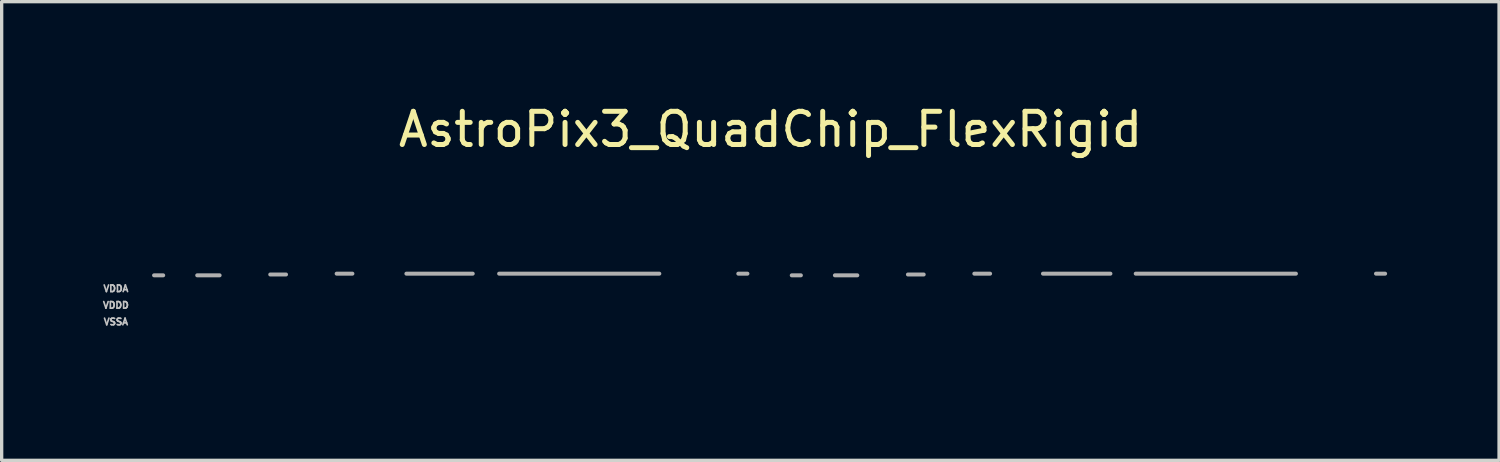
<source format=kicad_pcb>
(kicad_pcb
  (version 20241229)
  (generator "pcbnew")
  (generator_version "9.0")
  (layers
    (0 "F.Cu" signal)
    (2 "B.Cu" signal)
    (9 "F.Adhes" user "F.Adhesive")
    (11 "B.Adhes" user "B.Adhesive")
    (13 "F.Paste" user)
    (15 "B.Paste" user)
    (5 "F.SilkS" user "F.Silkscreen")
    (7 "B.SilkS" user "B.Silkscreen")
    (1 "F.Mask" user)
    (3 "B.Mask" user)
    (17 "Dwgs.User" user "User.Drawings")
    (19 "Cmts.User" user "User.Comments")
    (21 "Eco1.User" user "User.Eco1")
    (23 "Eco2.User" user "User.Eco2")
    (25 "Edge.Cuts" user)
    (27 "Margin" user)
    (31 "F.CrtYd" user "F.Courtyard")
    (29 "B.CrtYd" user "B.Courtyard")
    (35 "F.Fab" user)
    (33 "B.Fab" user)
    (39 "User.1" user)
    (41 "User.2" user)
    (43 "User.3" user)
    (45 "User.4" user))
  (footprint "AstroPix3_QuadChip_FlexRigid"
    (layer "F.Cu")
    (at 20.162 1.348)
    (property "Reference" "AstroPix3_QuadChip_FlexRigid" (at 0 -0.5 0) (unlocked yes) (layer "F.SilkS") (effects (font (size 1 1) (thickness 0.15))))
    (attr smd)
    (fp_rect (start -18.725 5.925) (end -18.2 6.375) (stroke (width 0.01) (type solid)) (fill yes) (layer "B.Mask"))
    (fp_rect (start -17.789 5.893) (end -16.764 6.426) (stroke (width 0.01) (type solid)) (fill yes) (layer "B.Mask"))
    (fp_rect (start -16.189 5.715) (end -14.91 6.248) (stroke (width 0.01) (type solid)) (fill yes) (layer "B.Mask"))
    (fp_rect (start -16.05 4.7) (end -15.475 4.9) (stroke (width 0.05) (type solid)) (fill yes) (layer "B.Mask"))
    (fp_rect (start -15.25 4.2) (end -14.675 4.4) (stroke (width 0.05) (type solid)) (fill yes) (layer "B.Mask"))
    (fp_rect (start -15.125 5.2) (end -14.525 5.4) (stroke (width 0.05) (type solid)) (fill yes) (layer "B.Mask"))
    (fp_rect (start -14.411 5.715) (end -13.767 6.274) (stroke (width 0.01) (type solid)) (fill yes) (layer "B.Mask"))
    (fp_rect (start -14.1 4.2) (end -13.4 4.4) (stroke (width 0.05) (type solid)) (fill yes) (layer "B.Mask"))
    (fp_rect (start -13.7 5.2) (end -13.125 5.4) (stroke (width 0.05) (type solid)) (fill yes) (layer "B.Mask"))
    (fp_rect (start -13.075 4.2) (end -12.675 4.4) (stroke (width 0.05) (type solid)) (fill yes) (layer "B.Mask"))
    (fp_rect (start -13.039 5.715) (end -12.065 6.248) (stroke (width 0.01) (type solid)) (fill yes) (layer "B.Mask"))
    (fp_rect (start -12.35 4.2) (end -11.825 4.4) (stroke (width 0.05) (type solid)) (fill yes) (layer "B.Mask"))
    (fp_rect (start -11.845 5.74) (end -10.973 6.248) (stroke (width 0.01) (type solid)) (fill yes) (layer "B.Mask"))
    (fp_rect (start -11.5 4.2) (end -10.925 4.4) (stroke (width 0.05) (type solid)) (fill yes) (layer "B.Mask"))
    (fp_rect (start -11.3 5.2) (end -10.725 5.4) (stroke (width 0.05) (type solid)) (fill yes) (layer "B.Mask"))
    (fp_rect (start -10.753 5.766) (end -7.595 6.299) (stroke (width 0.01) (type solid)) (fill yes) (layer "B.Mask"))
    (fp_rect (start -10.725 4.7) (end -10.15 4.9) (stroke (width 0.05) (type solid)) (fill yes) (layer "B.Mask"))
    (fp_rect (start -8.35 4.7) (end -7.775 4.9) (stroke (width 0.05) (type solid)) (fill yes) (layer "B.Mask"))
    (fp_rect (start -7.417 5.74) (end -7.002 6.401) (stroke (width 0.01) (type solid)) (fill yes) (layer "B.Mask"))
    (fp_rect (start -6.85 5.2) (end -6.275 5.4) (stroke (width 0.05) (type solid)) (fill yes) (layer "B.Mask"))
    (fp_rect (start -6.638 5.766) (end -6.02 6.299) (stroke (width 0.01) (type solid)) (fill yes) (layer "B.Mask"))
    (fp_rect (start -6.45 4.2) (end -5.875 4.4) (stroke (width 0.05) (type solid)) (fill yes) (layer "B.Mask"))
    (fp_rect (start -4.85 5.2) (end -4.275 5.4) (stroke (width 0.05) (type solid)) (fill yes) (layer "B.Mask"))
    (fp_rect (start -4.648 5.766) (end -4.013 6.325) (stroke (width 0.01) (type solid)) (fill yes) (layer "B.Mask"))
    (fp_rect (start -4.475 4.2) (end -3.9 4.4) (stroke (width 0.05) (type solid)) (fill yes) (layer "B.Mask"))
    (fp_rect (start -2.925 5.2) (end -2.35 5.4) (stroke (width 0.05) (type solid)) (fill yes) (layer "B.Mask"))
    (fp_rect (start -2.642 5.766) (end -2.007 6.299) (stroke (width 0.01) (type solid)) (fill yes) (layer "B.Mask"))
    (fp_rect (start -2.475 4.2) (end -1.9 4.4) (stroke (width 0.05) (type solid)) (fill yes) (layer "B.Mask"))
    (fp_rect (start -2.1 5.2) (end -1.525 5.4) (stroke (width 0.05) (type solid)) (fill yes) (layer "B.Mask"))
    (fp_rect (start -1.499 5.817) (end -1.372 6.35) (stroke (width 0.01) (type solid)) (fill yes) (layer "B.Mask"))
    (fp_rect (start -1.05 5.918) (end -0.508 6.375) (stroke (width 0.01) (type solid)) (fill yes) (layer "B.Mask"))
    (fp_rect (start 0.583 5.918) (end 1.125 6.375) (stroke (width 0.01) (type solid)) (fill yes) (layer "B.Mask"))
    (fp_rect (start 1.422 5.893) (end 2.438 6.426) (stroke (width 0.01) (type solid)) (fill yes) (layer "B.Mask"))
    (fp_rect (start 2.997 5.715) (end 3.581 6.248) (stroke (width 0.01) (type solid)) (fill yes) (layer "B.Mask"))
    (fp_rect (start 3.163 4.7) (end 3.737 4.9) (stroke (width 0.05) (type solid)) (fill yes) (layer "B.Mask"))
    (fp_rect (start 3.886 5.715) (end 4.343 6.248) (stroke (width 0.01) (type solid)) (fill yes) (layer "B.Mask"))
    (fp_rect (start 3.962 4.2) (end 4.537 4.4) (stroke (width 0.05) (type solid)) (fill yes) (layer "B.Mask"))
    (fp_rect (start 4.088 5.2) (end 4.688 5.4) (stroke (width 0.05) (type solid)) (fill yes) (layer "B.Mask"))
    (fp_rect (start 4.775 5.715) (end 5.639 6.274) (stroke (width 0.01) (type solid)) (fill yes) (layer "B.Mask"))
    (fp_rect (start 4.987 4.2) (end 5.888 4.4) (stroke (width 0.05) (type solid)) (fill yes) (layer "B.Mask"))
    (fp_rect (start 5.513 5.2) (end 6.088 5.4) (stroke (width 0.05) (type solid)) (fill yes) (layer "B.Mask"))
    (fp_rect (start 6.138 4.2) (end 6.537 4.4) (stroke (width 0.05) (type solid)) (fill yes) (layer "B.Mask"))
    (fp_rect (start 6.172 5.715) (end 7.137 6.248) (stroke (width 0.01) (type solid)) (fill yes) (layer "B.Mask"))
    (fp_rect (start 6.862 4.2) (end 7.388 4.4) (stroke (width 0.05) (type solid)) (fill yes) (layer "B.Mask"))
    (fp_rect (start 7.341 5.715) (end 8.23 6.274) (stroke (width 0.01) (type solid)) (fill yes) (layer "B.Mask"))
    (fp_rect (start 7.713 4.2) (end 8.287 4.4) (stroke (width 0.05) (type solid)) (fill yes) (layer "B.Mask"))
    (fp_rect (start 7.912 5.2) (end 8.488 5.4) (stroke (width 0.05) (type solid)) (fill yes) (layer "B.Mask"))
    (fp_rect (start 8.458 5.766) (end 11.608 6.299) (stroke (width 0.01) (type solid)) (fill yes) (layer "B.Mask"))
    (fp_rect (start 8.488 4.7) (end 9.062 4.9) (stroke (width 0.05) (type solid)) (fill yes) (layer "B.Mask"))
    (fp_rect (start 10.863 4.7) (end 11.438 4.9) (stroke (width 0.05) (type solid)) (fill yes) (layer "B.Mask"))
    (fp_rect (start 11.786 5.69) (end 12.217 6.426) (stroke (width 0.01) (type solid)) (fill yes) (layer "B.Mask"))
    (fp_rect (start 12.363 5.2) (end 12.938 5.4) (stroke (width 0.05) (type solid)) (fill yes) (layer "B.Mask"))
    (fp_rect (start 12.598 5.766) (end 13.183 6.299) (stroke (width 0.01) (type solid)) (fill yes) (layer "B.Mask"))
    (fp_rect (start 12.762 4.2) (end 13.338 4.4) (stroke (width 0.05) (type solid)) (fill yes) (layer "B.Mask"))
    (fp_rect (start 14.363 5.2) (end 14.938 5.4) (stroke (width 0.05) (type solid)) (fill yes) (layer "B.Mask"))
    (fp_rect (start 14.605 5.766) (end 15.189 6.299) (stroke (width 0.01) (type solid)) (fill yes) (layer "B.Mask"))
    (fp_rect (start 14.738 4.2) (end 15.312 4.4) (stroke (width 0.05) (type solid)) (fill yes) (layer "B.Mask"))
    (fp_rect (start 16.288 5.2) (end 16.863 5.4) (stroke (width 0.05) (type solid)) (fill yes) (layer "B.Mask"))
    (fp_rect (start 16.586 5.766) (end 17.196 6.325) (stroke (width 0.01) (type solid)) (fill yes) (layer "B.Mask"))
    (fp_rect (start 16.738 4.2) (end 17.312 4.4) (stroke (width 0.05) (type solid)) (fill yes) (layer "B.Mask"))
    (fp_rect (start 17.113 5.2) (end 17.688 5.4) (stroke (width 0.05) (type solid)) (fill yes) (layer "B.Mask"))
    (fp_rect (start 17.704 5.817) (end 17.856 6.35) (stroke (width 0.01) (type solid)) (fill yes) (layer "B.Mask"))
    (fp_rect (start 18.136 5.842) (end 18.796 6.375) (stroke (width 0.01) (type solid)) (fill yes) (layer "B.Mask"))
    (fp_line (start -18.571 3.896) (end -18.296 3.896) (stroke (width 0.12) (type solid)) (layer "F.Fab"))
    (fp_line (start -17.271 3.896) (end -16.596 3.896) (stroke (width 0.12) (type solid)) (layer "F.Fab"))
    (fp_line (start -15.071 3.871) (end -14.596 3.871) (stroke (width 0.12) (type solid)) (layer "F.Fab"))
    (fp_line (start -13.071 3.846) (end -12.596 3.846) (stroke (width 0.12) (type solid)) (layer "F.Fab"))
    (fp_line (start -10.97 3.846) (end -8.971 3.846) (stroke (width 0.12) (type solid)) (layer "F.Fab"))
    (fp_line (start -8.176 3.846) (end -3.35 3.846) (stroke (width 0.12) (type solid)) (layer "F.Fab"))
    (fp_line (start -0.971 3.846) (end -0.696 3.846) (stroke (width 0.12) (type solid)) (layer "F.Fab"))
    (fp_line (start 0.639 3.896) (end 0.914 3.896) (stroke (width 0.12) (type solid)) (layer "F.Fab"))
    (fp_line (start 1.939 3.896) (end 2.614 3.896) (stroke (width 0.12) (type solid)) (layer "F.Fab"))
    (fp_line (start 4.139 3.871) (end 4.614 3.871) (stroke (width 0.12) (type solid)) (layer "F.Fab"))
    (fp_line (start 6.139 3.846) (end 6.614 3.846) (stroke (width 0.12) (type solid)) (layer "F.Fab"))
    (fp_line (start 8.207 3.846) (end 10.239 3.846) (stroke (width 0.12) (type solid)) (layer "F.Fab"))
    (fp_line (start 11.001 3.846) (end 15.827 3.846) (stroke (width 0.12) (type solid)) (layer "F.Fab"))
    (fp_line (start 18.239 3.846) (end 18.514 3.846) (stroke (width 0.12) (type solid)) (layer "F.Fab"))
    (fp_line (start -18.506 3.422) (end -18.514 6.117) (stroke (width 0.05) (type solid)) (layer "User.7"))
    (fp_line (start -18.406 3.413) (end -18.414 6.107) (stroke (width 0.05) (type solid)) (layer "User.7"))
    (fp_line (start -18.296 3.422) (end -18.304 6.117) (stroke (width 0.05) (type solid)) (layer "User.7"))
    (fp_line (start -18.211 3.422) (end -18.219 6.117) (stroke (width 0.05) (type solid)) (layer "User.7"))
    (fp_line (start -17.711 3.413) (end -17.719 6.107) (stroke (width 0.05) (type solid)) (layer "User.7"))
    (fp_line (start -17.406 3.422) (end -17.414 6.117) (stroke (width 0.05) (type solid)) (layer "User.7"))
    (fp_line (start -17.106 3.417) (end -17.114 6.112) (stroke (width 0.05) (type solid)) (layer "User.7"))
    (fp_line (start -16.811 3.402) (end -16.819 6.098) (stroke (width 0.05) (type solid)) (layer "User.7"))
    (fp_line (start -15.7 3.393) (end -16.111 5.82) (stroke (width 0.05) (type solid)) (layer "User.7"))
    (fp_line (start -15.608 3.336) (end -15.755 4.741) (stroke (width 0.05) (type solid)) (layer "User.7"))
    (fp_line (start -15.41 3.365) (end -15.654 6.023) (stroke (width 0.05) (type solid)) (layer "User.7"))
    (fp_line (start -15.211 3.353) (end -15.197 6.023) (stroke (width 0.05) (type solid)) (layer "User.7"))
    (fp_line (start -15.103 3.334) (end -15.103 4.344) (stroke (width 0.05) (type solid)) (layer "User.7"))
    (fp_line (start -15.003 3.336) (end -15.003 5.131) (stroke (width 0.05) (type solid)) (layer "User.7"))
    (fp_line (start -14.916 3.377) (end -14.92 6.074) (stroke (width 0.05) (type solid)) (layer "User.7"))
    (fp_line (start -14.803 3.334) (end -14.803 4.344) (stroke (width 0.05) (type solid)) (layer "User.7"))
    (fp_line (start -14.703 3.331) (end -14.703 5.126) (stroke (width 0.05) (type solid)) (layer "User.7"))
    (fp_line (start -14.101 3.377) (end -14.333 6.072) (stroke (width 0.05) (type solid)) (layer "User.7"))
    (fp_line (start -14.003 3.334) (end -13.927 4.397) (stroke (width 0.05) (type solid)) (layer "User.7"))
    (fp_line (start -13.506 3.382) (end -13.876 6.023) (stroke (width 0.05) (type solid)) (layer "User.7"))
    (fp_line (start -13.403 3.339) (end -13.52 4.397) (stroke (width 0.05) (type solid)) (layer "User.7"))
    (fp_line (start -13.303 3.336) (end -13.419 5.21) (stroke (width 0.05) (type solid)) (layer "User.7"))
    (fp_line (start -12.803 3.334) (end -12.911 4.344) (stroke (width 0.05) (type solid)) (layer "User.7"))
    (fp_line (start -12.715 3.393) (end -12.961 6.023) (stroke (width 0.05) (type solid)) (layer "User.7"))
    (fp_line (start -12.611 3.382) (end -12.657 6.023) (stroke (width 0.05) (type solid)) (layer "User.7"))
    (fp_line (start -12.405 3.388) (end -12.377 6.074) (stroke (width 0.05) (type solid)) (layer "User.7"))
    (fp_line (start -12.311 3.377) (end -12.098 6.074) (stroke (width 0.05) (type solid)) (layer "User.7"))
    (fp_line (start -12.203 3.334) (end -12.123 4.344) (stroke (width 0.05) (type solid)) (layer "User.7"))
    (fp_line (start -12.11 3.373) (end -11.742 6.023) (stroke (width 0.05) (type solid)) (layer "User.7"))
    (fp_line (start -11.615 3.356) (end -11.59 6.023) (stroke (width 0.05) (type solid)) (layer "User.7"))
    (fp_line (start -11.51 3.393) (end -11.336 6.023) (stroke (width 0.05) (type solid)) (layer "User.7"))
    (fp_line (start -11.403 3.339) (end -11.336 4.349) (stroke (width 0.05) (type solid)) (layer "User.7"))
    (fp_line (start -11.303 3.344) (end -11.234 4.347) (stroke (width 0.05) (type solid)) (layer "User.7"))
    (fp_line (start -11.208 3.346) (end -11.107 5.236) (stroke (width 0.05) (type solid)) (layer "User.7"))
    (fp_line (start -11.103 3.341) (end -10.98 5.21) (stroke (width 0.05) (type solid)) (layer "User.7"))
    (fp_line (start -10.015 3.331) (end -10.998 5.904) (stroke (width 0.05) (type solid)) (layer "User.7"))
    (fp_line (start -9.903 3.341) (end -10.421 4.804) (stroke (width 0.05) (type solid)) (layer "User.7"))
    (fp_line (start -9.805 3.402) (end -10.675 6.023) (stroke (width 0.05) (type solid)) (layer "User.7"))
    (fp_line (start -9.706 3.377) (end -10.371 6.072) (stroke (width 0.05) (type solid)) (layer "User.7"))
    (fp_line (start -9.606 3.377) (end -10.066 6.074) (stroke (width 0.05) (type solid)) (layer "User.7"))
    (fp_line (start -9.52 3.377) (end -9.761 6.023) (stroke (width 0.05) (type solid)) (layer "User.7"))
    (fp_line (start -9.411 3.373) (end -9.456 6.074) (stroke (width 0.05) (type solid)) (layer "User.7"))
    (fp_line (start -9.311 3.377) (end -9.151 6.023) (stroke (width 0.05) (type solid)) (layer "User.7"))
    (fp_line (start -9.21 3.388) (end -8.847 6.023) (stroke (width 0.05) (type solid)) (layer "User.7"))
    (fp_line (start -9.106 3.377) (end -8.542 5.972) (stroke (width 0.05) (type solid)) (layer "User.7"))
    (fp_line (start -9.006 3.353) (end -8.237 6.023) (stroke (width 0.05) (type solid)) (layer "User.7"))
    (fp_line (start -8.915 3.377) (end -7.932 6.074) (stroke (width 0.05) (type solid)) (layer "User.7"))
    (fp_line (start -8.811 3.377) (end -7.627 6.125) (stroke (width 0.05) (type solid)) (layer "User.7"))
    (fp_line (start -8.703 3.339) (end -8.034 4.804) (stroke (width 0.05) (type solid)) (layer "User.7"))
    (fp_line (start -8.61 3.377) (end -7.348 5.844) (stroke (width 0.05) (type solid)) (layer "User.7"))
    (fp_line (start -8.515 3.37) (end -7.018 5.854) (stroke (width 0.05) (type solid)) (layer "User.7"))
    (fp_line (start -6.603 3.341) (end -6.603 5.136) (stroke (width 0.05) (type solid)) (layer "User.7"))
    (fp_line (start -6.503 3.341) (end -6.503 5.136) (stroke (width 0.05) (type solid)) (layer "User.7"))
    (fp_line (start -6.411 3.377) (end -6.419 6.072) (stroke (width 0.05) (type solid)) (layer "User.7"))
    (fp_line (start -6.303 3.334) (end -6.303 4.344) (stroke (width 0.05) (type solid)) (layer "User.7"))
    (fp_line (start -6.2 3.393) (end -6.2 6.075) (stroke (width 0.05) (type solid)) (layer "User.7"))
    (fp_line (start -6.103 3.329) (end -6.103 4.339) (stroke (width 0.05) (type solid)) (layer "User.7"))
    (fp_line (start -4.603 3.341) (end -4.603 5.136) (stroke (width 0.05) (type solid)) (layer "User.7"))
    (fp_line (start -4.503 3.341) (end -4.503 5.136) (stroke (width 0.05) (type solid)) (layer "User.7"))
    (fp_line (start -4.416 3.377) (end -4.424 6.072) (stroke (width 0.05) (type solid)) (layer "User.7"))
    (fp_line (start -4.303 3.339) (end -4.303 4.349) (stroke (width 0.05) (type solid)) (layer "User.7"))
    (fp_line (start -4.205 3.362) (end -4.205 6.075) (stroke (width 0.05) (type solid)) (layer "User.7"))
    (fp_line (start -4.103 3.339) (end -4.103 4.349) (stroke (width 0.05) (type solid)) (layer "User.7"))
    (fp_line (start -2.603 3.336) (end -2.603 5.131) (stroke (width 0.05) (type solid)) (layer "User.7"))
    (fp_line (start -2.503 3.336) (end -2.503 5.131) (stroke (width 0.05) (type solid)) (layer "User.7"))
    (fp_line (start -2.401 3.362) (end -2.405 6.075) (stroke (width 0.05) (type solid)) (layer "User.7"))
    (fp_line (start -2.303 3.329) (end -2.303 4.339) (stroke (width 0.05) (type solid)) (layer "User.7"))
    (fp_line (start -2.206 3.368) (end -2.214 6.062) (stroke (width 0.05) (type solid)) (layer "User.7"))
    (fp_line (start -2.098 3.334) (end -2.098 4.344) (stroke (width 0.05) (type solid)) (layer "User.7"))
    (fp_line (start -2.003 3.341) (end -2.003 5.136) (stroke (width 0.05) (type solid)) (layer "User.7"))
    (fp_line (start -1.903 3.344) (end -1.903 5.139) (stroke (width 0.05) (type solid)) (layer "User.7"))
    (fp_line (start -1.406 3.353) (end -1.41 6.125) (stroke (width 0.05) (type solid)) (layer "User.7"))
    (fp_line (start -0.912 3.37) (end -0.92 6.065) (stroke (width 0.05) (type solid)) (layer "User.7"))
    (fp_line (start -0.811 3.373) (end -0.819 6.067) (stroke (width 0.05) (type solid)) (layer "User.7"))
    (fp_line (start -0.706 3.377) (end -0.714 6.072) (stroke (width 0.05) (type solid)) (layer "User.7"))
    (fp_line (start -0.611 3.377) (end -0.619 6.072) (stroke (width 0.05) (type solid)) (layer "User.7"))
    (fp_line (start 0.711 3.422) (end 0.703 6.117) (stroke (width 0.05) (type solid)) (layer "User.7"))
    (fp_line (start 0.811 3.413) (end 0.803 6.107) (stroke (width 0.05) (type solid)) (layer "User.7"))
    (fp_line (start 0.921 3.422) (end 0.913 6.117) (stroke (width 0.05) (type solid)) (layer "User.7"))
    (fp_line (start 1.006 3.422) (end 0.998 6.117) (stroke (width 0.05) (type solid)) (layer "User.7"))
    (fp_line (start 1.506 3.413) (end 1.498 6.107) (stroke (width 0.05) (type solid)) (layer "User.7"))
    (fp_line (start 1.811 3.422) (end 1.803 6.117) (stroke (width 0.05) (type solid)) (layer "User.7"))
    (fp_line (start 2.111 3.417) (end 2.103 6.112) (stroke (width 0.05) (type solid)) (layer "User.7"))
    (fp_line (start 2.406 3.402) (end 2.398 6.098) (stroke (width 0.05) (type solid)) (layer "User.7"))
    (fp_line (start 3.503 3.394) (end 3.092 5.822) (stroke (width 0.05) (type solid)) (layer "User.7"))
    (fp_line (start 3.595 3.338) (end 3.448 4.743) (stroke (width 0.05) (type solid)) (layer "User.7"))
    (fp_line (start 3.793 3.367) (end 3.55 6.025) (stroke (width 0.05) (type solid)) (layer "User.7"))
    (fp_line (start 3.992 3.354) (end 4.007 6.025) (stroke (width 0.05) (type solid)) (layer "User.7"))
    (fp_line (start 4.1 3.336) (end 4.1 4.346) (stroke (width 0.05) (type solid)) (layer "User.7"))
    (fp_line (start 4.107 3.334) (end 4.107 4.344) (stroke (width 0.05) (type solid)) (layer "User.7"))
    (fp_line (start 4.2 3.338) (end 4.2 5.133) (stroke (width 0.05) (type solid)) (layer "User.7"))
    (fp_line (start 4.207 3.336) (end 4.207 5.131) (stroke (width 0.05) (type solid)) (layer "User.7"))
    (fp_line (start 4.287 3.379) (end 4.283 6.076) (stroke (width 0.05) (type solid)) (layer "User.7"))
    (fp_line (start 4.4 3.336) (end 4.4 4.346) (stroke (width 0.05) (type solid)) (layer "User.7"))
    (fp_line (start 4.407 3.334) (end 4.407 4.344) (stroke (width 0.05) (type solid)) (layer "User.7"))
    (fp_line (start 4.5 3.333) (end 4.5 5.128) (stroke (width 0.05) (type solid)) (layer "User.7"))
    (fp_line (start 4.507 3.331) (end 4.507 5.126) (stroke (width 0.05) (type solid)) (layer "User.7"))
    (fp_line (start 5.102 3.379) (end 5.022 6.074) (stroke (width 0.05) (type solid)) (layer "User.7"))
    (fp_line (start 5.2 3.336) (end 5.149 4.399) (stroke (width 0.05) (type solid)) (layer "User.7"))
    (fp_line (start 5.697 3.384) (end 5.657 6.025) (stroke (width 0.05) (type solid)) (layer "User.7"))
    (fp_line (start 5.8 3.341) (end 5.792 4.399) (stroke (width 0.05) (type solid)) (layer "User.7"))
    (fp_line (start 5.9 3.338) (end 5.892 5.212) (stroke (width 0.05) (type solid)) (layer "User.7"))
    (fp_line (start 6.4 3.336) (end 6.293 4.346) (stroke (width 0.05) (type solid)) (layer "User.7"))
    (fp_line (start 6.488 3.394) (end 6.242 6.025) (stroke (width 0.05) (type solid)) (layer "User.7"))
    (fp_line (start 6.592 3.384) (end 6.547 6.025) (stroke (width 0.05) (type solid)) (layer "User.7"))
    (fp_line (start 6.798 3.389) (end 6.826 6.076) (stroke (width 0.05) (type solid)) (layer "User.7"))
    (fp_line (start 6.892 3.379) (end 7.106 6.076) (stroke (width 0.05) (type solid)) (layer "User.7"))
    (fp_line (start 7 3.336) (end 7.079 4.372) (stroke (width 0.05) (type solid)) (layer "User.7"))
    (fp_line (start 7.093 3.374) (end 7.36 6.025) (stroke (width 0.05) (type solid)) (layer "User.7"))
    (fp_line (start 7.617 3.324) (end 7.614 6.025) (stroke (width 0.05) (type solid)) (layer "User.7"))
    (fp_line (start 7.693 3.394) (end 7.868 6.025) (stroke (width 0.05) (type solid)) (layer "User.7"))
    (fp_line (start 7.8 3.341) (end 7.867 4.351) (stroke (width 0.05) (type solid)) (layer "User.7"))
    (fp_line (start 7.9 3.346) (end 7.968 4.397) (stroke (width 0.05) (type solid)) (layer "User.7"))
    (fp_line (start 7.995 3.348) (end 8.121 5.236) (stroke (width 0.05) (type solid)) (layer "User.7"))
    (fp_line (start 8.1 3.343) (end 8.273 5.138) (stroke (width 0.05) (type solid)) (layer "User.7"))
    (fp_line (start 9.188 3.332) (end 8.192 5.824) (stroke (width 0.05) (type solid)) (layer "User.7"))
    (fp_line (start 9.3 3.343) (end 8.782 4.806) (stroke (width 0.05) (type solid)) (layer "User.7"))
    (fp_line (start 9.398 3.404) (end 8.528 6.025) (stroke (width 0.05) (type solid)) (layer "User.7"))
    (fp_line (start 9.497 3.379) (end 8.833 6.074) (stroke (width 0.05) (type solid)) (layer "User.7"))
    (fp_line (start 9.597 3.379) (end 9.138 6.076) (stroke (width 0.05) (type solid)) (layer "User.7"))
    (fp_line (start 9.683 3.379) (end 9.442 6.025) (stroke (width 0.05) (type solid)) (layer "User.7"))
    (fp_line (start 9.792 3.374) (end 9.747 6.076) (stroke (width 0.05) (type solid)) (layer "User.7"))
    (fp_line (start 9.892 3.379) (end 10.052 6.025) (stroke (width 0.05) (type solid)) (layer "User.7"))
    (fp_line (start 9.993 3.389) (end 10.357 6.025) (stroke (width 0.05) (type solid)) (layer "User.7"))
    (fp_line (start 10.097 3.379) (end 10.662 5.974) (stroke (width 0.05) (type solid)) (layer "User.7"))
    (fp_line (start 10.197 3.354) (end 10.966 6.025) (stroke (width 0.05) (type solid)) (layer "User.7"))
    (fp_line (start 10.288 3.379) (end 11.271 6.076) (stroke (width 0.05) (type solid)) (layer "User.7"))
    (fp_line (start 10.392 3.379) (end 11.576 6.126) (stroke (width 0.05) (type solid)) (layer "User.7"))
    (fp_line (start 10.5 3.341) (end 11.17 4.806) (stroke (width 0.05) (type solid)) (layer "User.7"))
    (fp_line (start 10.593 3.379) (end 11.872 5.904) (stroke (width 0.05) (type solid)) (layer "User.7"))
    (fp_line (start 10.695 3.446) (end 12.192 5.834) (stroke (width 0.05) (type solid)) (layer "User.7"))
    (fp_line (start 12.607 3.341) (end 12.607 5.136) (stroke (width 0.05) (type solid)) (layer "User.7"))
    (fp_line (start 12.707 3.341) (end 12.707 5.136) (stroke (width 0.05) (type solid)) (layer "User.7"))
    (fp_line (start 12.806 3.377) (end 12.798 6.072) (stroke (width 0.05) (type solid)) (layer "User.7"))
    (fp_line (start 12.907 3.334) (end 12.907 4.344) (stroke (width 0.05) (type solid)) (layer "User.7"))
    (fp_line (start 13.017 3.393) (end 13.017 6.075) (stroke (width 0.05) (type solid)) (layer "User.7"))
    (fp_line (start 13.107 3.329) (end 13.107 4.339) (stroke (width 0.05) (type solid)) (layer "User.7"))
    (fp_line (start 14.607 3.341) (end 14.607 5.136) (stroke (width 0.05) (type solid)) (layer "User.7"))
    (fp_line (start 14.707 3.341) (end 14.707 5.136) (stroke (width 0.05) (type solid)) (layer "User.7"))
    (fp_line (start 14.801 3.377) (end 14.793 6.072) (stroke (width 0.05) (type solid)) (layer "User.7"))
    (fp_line (start 14.907 3.339) (end 14.907 4.349) (stroke (width 0.05) (type solid)) (layer "User.7"))
    (fp_line (start 15.012 3.362) (end 15.012 6.075) (stroke (width 0.05) (type solid)) (layer "User.7"))
    (fp_line (start 15.107 3.339) (end 15.107 4.349) (stroke (width 0.05) (type solid)) (layer "User.7"))
    (fp_line (start 16.607 3.336) (end 16.607 5.131) (stroke (width 0.05) (type solid)) (layer "User.7"))
    (fp_line (start 16.707 3.336) (end 16.707 5.131) (stroke (width 0.05) (type solid)) (layer "User.7"))
    (fp_line (start 16.816 3.362) (end 16.812 6.075) (stroke (width 0.05) (type solid)) (layer "User.7"))
    (fp_line (start 16.907 3.329) (end 16.907 4.339) (stroke (width 0.05) (type solid)) (layer "User.7"))
    (fp_line (start 17.011 3.368) (end 17.003 6.062) (stroke (width 0.05) (type solid)) (layer "User.7"))
    (fp_line (start 17.112 3.334) (end 17.112 4.344) (stroke (width 0.05) (type solid)) (layer "User.7"))
    (fp_line (start 17.207 3.341) (end 17.207 5.136) (stroke (width 0.05) (type solid)) (layer "User.7"))
    (fp_line (start 17.307 3.344) (end 17.307 5.139) (stroke (width 0.05) (type solid)) (layer "User.7"))
    (fp_line (start 17.811 3.353) (end 17.807 6.125) (stroke (width 0.05) (type solid)) (layer "User.7"))
    (fp_line (start 18.304 3.37) (end 18.297 6.065) (stroke (width 0.05) (type solid)) (layer "User.7"))
    (fp_line (start 18.406 3.373) (end 18.398 6.067) (stroke (width 0.05) (type solid)) (layer "User.7"))
    (fp_line (start 18.511 3.377) (end 18.503 6.072) (stroke (width 0.05) (type solid)) (layer "User.7"))
    (fp_line (start 18.606 3.377) (end 18.598 6.072) (stroke (width 0.05) (type solid)) (layer "User.7"))
    (fp_text user "VDDD" (at -19.721 4.796 0) (unlocked yes) (layer "Dwgs.User") (effects (font (size 0.2 0.2) (thickness 0.05))))
    (fp_text user "VSSA" (at -19.721 5.296 0) (unlocked yes) (layer "Dwgs.User") (effects (font (size 0.2 0.2) (thickness 0.05))))
    (fp_text user "VDDA" (at -19.721 4.296 0) (unlocked yes) (layer "Dwgs.User") (effects (font (size 0.2 0.2) (thickness 0.05))))
    (pad "B1T1" smd rect (at 18.702 6.112) (size 0.237 0.569) (layers "In5.Cu"))
    (pad "B1T2" smd rect (at -0.331 6.144) (size 0.604 0.503) (layers "In5.Cu"))
    (pad "B2T1" smd rect (at 18.521 6.112) (size 0.125 0.569) (layers "In5.Cu"))
    (pad "B2T2" smd rect (at -0.696 6.144) (size 0.125 0.503) (layers "In5.Cu"))
    (pad "B3T1" smd rect (at 18.396 6.112) (size 0.125 0.569) (layers "In5.Cu"))
    (pad "B3T2" smd rect (at -0.821 6.144) (size 0.125 0.503) (layers "In5.Cu"))
    (pad "B4T1" smd rect (at 18.227 6.112) (size 0.212 0.569) (layers "In5.Cu"))
    (pad "B4T2" smd rect (at -0.981 6.144) (size 0.196 0.503) (layers "In5.Cu"))
    (pad "B5T1" smd rect (at 17.777 6.087) (size 0.178 0.6) (layers "In5.Cu"))
    (pad "B5T2" smd rect (at -1.44 6.087) (size 0.178 0.6) (layers "In5.Cu"))
    (pad "B9T1" smd rect (at 17.046 6.042) (size 0.35 0.609) (layers "In5.Cu"))
    (pad "B9T2" smd rect (at -2.154 6.042) (size 0.35 0.609) (layers "In5.Cu"))
    (pad "B11T1" smd rect (at 16.721 6.042) (size 0.3 0.609) (layers "In5.Cu"))
    (pad "B11T2" smd rect (at -2.504 6.042) (size 0.35 0.609) (layers "In5.Cu"))
    (pad "B15T1" smd rect (at 15.072 6.042) (size 0.297 0.609) (layers "In5.Cu"))
    (pad "B15T2" smd rect (at -4.154 6.042) (size 0.35 0.609) (layers "In5.Cu"))
    (pad "B17T1" smd rect (at 14.747 6.042) (size 0.352 0.609) (layers "In5.Cu"))
    (pad "B17T2" smd rect (at -4.504 6.042) (size 0.35 0.609) (layers "In5.Cu"))
    (pad "B21T1" smd rect (at 13.046 6.042) (size 0.35 0.609) (layers "In5.Cu"))
    (pad "B21T2" smd rect (at -6.154 6.037) (size 0.35 0.6) (layers "In5.Cu"))
    (pad "B23T1" smd rect (at 12.721 6.042) (size 0.3 0.609) (layers "In5.Cu"))
    (pad "B23T2" smd rect (at -6.504 6.037) (size 0.35 0.6) (layers "In5.Cu"))
    (pad "B26T1" smd rect (at 12.156 6.066) (size 0.152 0.808) (layers "In5.Cu"))
    (pad "B26T2" smd rect (at -7.048 6.066) (size 0.152 0.808) (layers "In5.Cu"))
    (pad "B27T1" smd rect (at 11.851 6.066) (size 0.152 0.808) (layers "In5.Cu"))
    (pad "B27T2" smd rect (at -7.359 6.066) (size 0.152 0.808) (layers "In5.Cu"))
    (pad "B29T1" smd rect (at 11.546 6.038) (size 0.152 0.6) (layers "In5.Cu"))
    (pad "B29T2" smd rect (at -7.657 6.036) (size 0.152 0.6) (layers "In5.Cu"))
    (pad "B30T1" smd rect (at 11.241 6.038) (size 0.152 0.6) (layers "In5.Cu"))
    (pad "B30T2" smd rect (at -7.962 6.036) (size 0.152 0.6) (layers "In5.Cu"))
    (pad "B31T1" smd rect (at 10.937 6.038) (size 0.152 0.6) (layers "In5.Cu"))
    (pad "B31T2" smd rect (at -8.267 6.036) (size 0.152 0.6) (layers "In5.Cu"))
    (pad "B32T1" smd rect (at 10.632 6.038) (size 0.152 0.6) (layers "In5.Cu"))
    (pad "B32T2" smd rect (at -8.572 6.036) (size 0.152 0.6) (layers "In5.Cu"))
    (pad "B33T1" smd rect (at 10.327 6.038) (size 0.152 0.6) (layers "In5.Cu"))
    (pad "B33T2" smd rect (at -8.876 6.036) (size 0.152 0.6) (layers "In5.Cu"))
    (pad "B34T1" smd rect (at 10.031 6.038) (size 0.152 0.6) (layers "In5.Cu"))
    (pad "B34T2" smd rect (at -9.172 6.036) (size 0.152 0.6) (layers "In5.Cu"))
    (pad "B35T1" smd rect (at 9.726 6.038) (size 0.152 0.6) (layers "In5.Cu"))
    (pad "B35T2" smd rect (at -9.477 6.036) (size 0.152 0.6) (layers "In5.Cu"))
    (pad "B36T1" smd rect (at 9.421 6.038) (size 0.152 0.6) (layers "In5.Cu"))
    (pad "B36T2" smd rect (at -9.782 6.036) (size 0.152 0.6) (layers "In5.Cu"))
    (pad "B37T1" smd rect (at 9.117 6.038) (size 0.152 0.6) (layers "In5.Cu"))
    (pad "B37T2" smd rect (at -10.087 6.036) (size 0.152 0.6) (layers "In5.Cu"))
    (pad "B38T1" smd rect (at 8.812 6.038) (size 0.152 0.6) (layers "In5.Cu"))
    (pad "B38T2" smd rect (at -10.392 6.036) (size 0.152 0.6) (layers "In5.Cu"))
    (pad "B39T1" smd rect (at 8.507 6.038) (size 0.152 0.6) (layers "In5.Cu"))
    (pad "B39T2" smd rect (at -10.696 6.036) (size 0.152 0.6) (layers "In5.Cu"))
    (pad "B41T1" smd rect (at 8.196 5.99) (size 0.113 0.605) (layers "In5.Cu"))
    (pad "B41T2" smd rect (at -11.007 5.988) (size 0.113 0.605) (layers "In5.Cu"))
    (pad "B48T1" smd rect (at 7.962 5.99) (size 0.356 0.605) (layers "In5.Cu"))
    (pad "B48T2" smd rect (at -11.242 5.988) (size 0.356 0.605) (layers "In5.Cu"))
    (pad "B49T1" smd rect (at 7.657 5.99) (size 0.254 0.605) (layers "In5.Cu"))
    (pad "B49T2" smd rect (at -11.546 5.988) (size 0.254 0.605) (layers "In5.Cu"))
    (pad "B54T1" smd rect (at 7.428 5.99) (size 0.203 0.605) (layers "In5.Cu"))
    (pad "B54T2" smd rect (at -11.775 5.988) (size 0.203 0.605) (layers "In5.Cu"))
    (pad "B56T1" smd rect (at 7.085 5.987) (size 0.152 0.6) (layers "In5.Cu"))
    (pad "B56T2" smd rect (at -12.119 5.985) (size 0.152 0.6) (layers "In5.Cu"))
    (pad "B57T1" smd rect (at 6.805 5.987) (size 0.152 0.6) (layers "In5.Cu"))
    (pad "B57T2" smd rect (at -12.398 5.985) (size 0.152 0.6) (layers "In5.Cu"))
    (pad "B59T1" smd rect (at 6.526 5.987) (size 0.152 0.6) (layers "In5.Cu"))
    (pad "B59T2" smd rect (at -12.689 5.985) (size 0.152 0.6) (layers "In5.Cu"))
    (pad "B60T1" smd rect (at 6.221 5.987) (size 0.152 0.6) (layers "In5.Cu"))
    (pad "B60T2" smd rect (at -12.982 5.985) (size 0.152 0.6) (layers "In5.Cu"))
    (pad "B67T1" smd rect (at 5.396 5.996) (size 0.55 0.6) (layers "In5.Cu"))
    (pad "B67T2" smd rect (at -13.901 5.992) (size 0.357 0.609) (layers "In5.Cu"))
    (pad "B73T1" smd rect (at 4.938 5.996) (size 0.365 0.6) (layers "In5.Cu"))
    (pad "B73T2" smd rect (at -14.263 5.992) (size 0.368 0.609) (layers "In5.Cu"))
    (pad "B80T1" smd rect (at 4.246 5.992) (size 0.25 0.609) (layers "In5.Cu"))
    (pad "B80T2" smd rect (at -14.979 5.985) (size 0.2 0.6) (layers "In5.Cu"))
    (pad "B83T1" smd rect (at 3.996 5.992) (size 0.25 0.609) (layers "In5.Cu"))
    (pad "B83T2" smd rect (at -15.204 5.985) (size 0.25 0.6) (layers "In5.Cu"))
    (pad "B84T1" smd rect (at 3.529 5.987) (size 0.178 0.6) (layers "In5.Cu"))
    (pad "B84T2" smd rect (at -15.675 5.985) (size 0.178 0.6) (layers "In5.Cu"))
    (pad "B86T1" smd rect (at 3.071 5.987) (size 0.178 0.6) (layers "In5.Cu"))
    (pad "B86T2" smd rect (at -16.132 5.985) (size 0.178 0.6) (layers "In5.Cu"))
    (pad "B87T1" smd rect (at 2.386 6.162) (size 0.152 0.6) (layers "In5.Cu"))
    (pad "B87T2" smd rect (at -16.831 6.162) (size 0.152 0.6) (layers "In5.Cu"))
    (pad "B88T1" smd rect (at 2.086 6.162) (size 0.152 0.6) (layers "In5.Cu"))
    (pad "B88T2" smd rect (at -17.131 6.162) (size 0.152 0.6) (layers "In5.Cu"))
    (pad "B89T1" smd rect (at 1.786 6.162) (size 0.152 0.6) (layers "In5.Cu"))
    (pad "B89T2" smd rect (at -17.431 6.162) (size 0.152 0.6) (layers "In5.Cu"))
    (pad "B90T1" smd rect (at 1.486 6.162) (size 0.152 0.6) (layers "In5.Cu"))
    (pad "B90T2" smd rect (at -17.731 6.162) (size 0.152 0.6) (layers "In5.Cu"))
    (pad "B91T1" smd rect (at 0.982 6.144) (size 0.278 0.503) (layers "In5.Cu"))
    (pad "B91T2" smd rect (at -18.276 6.15) (size 0.194 0.5) (layers "In5.Cu"))
    (pad "B92T1" smd rect (at 0.783 6.144) (size 0.12 0.503) (layers "In5.Cu"))
    (pad "B92T2" smd rect (at -18.436 6.15) (size 0.125 0.5) (layers "In5.Cu"))
    (pad "B93T1" smd rect (at 0.663 6.144) (size 0.12 0.503) (layers "In5.Cu"))
    (pad "B93T2" smd rect (at -18.556 6.15) (size 0.125 0.5) (layers "In5.Cu"))
    (pad "B94T1" smd rect (at 0.287 6.144) (size 0.632 0.503) (layers "In5.Cu"))
    (pad "B94T2" smd rect (at -18.676 6.15) (size 0.125 0.5) (layers "In5.Cu"))
    (pad "VDDA_RingT1" smd custom (at -18.771 4.296) (size 0.305 0.305) (layers "In5.Cu") (options (anchor circle)) (primitives (gr_line (start 37.567 0) (end 0 0) (width 0.3))))
    (pad "VDDD_RingT1" smd custom (at -18.771 4.796) (size 0.305 0.305) (layers "In5.Cu") (options (anchor circle)) (primitives (gr_line (start 37.567 0) (end 0 0) (width 0.3))))
    (pad "VSSA_RingT1" smd custom (at -18.771 5.296) (size 0.305 0.305) (layers "In5.Cu") (options (anchor circle)) (primitives (gr_line (start 37.567 0.004) (end 0 0) (width 0.3)))))
  (gr_rect
    (start -3 -3)
    (end 42.108 10.818)
    (stroke (width 0.1) (type default))
    (fill no)
    (layer "Edge.Cuts")))
</source>
